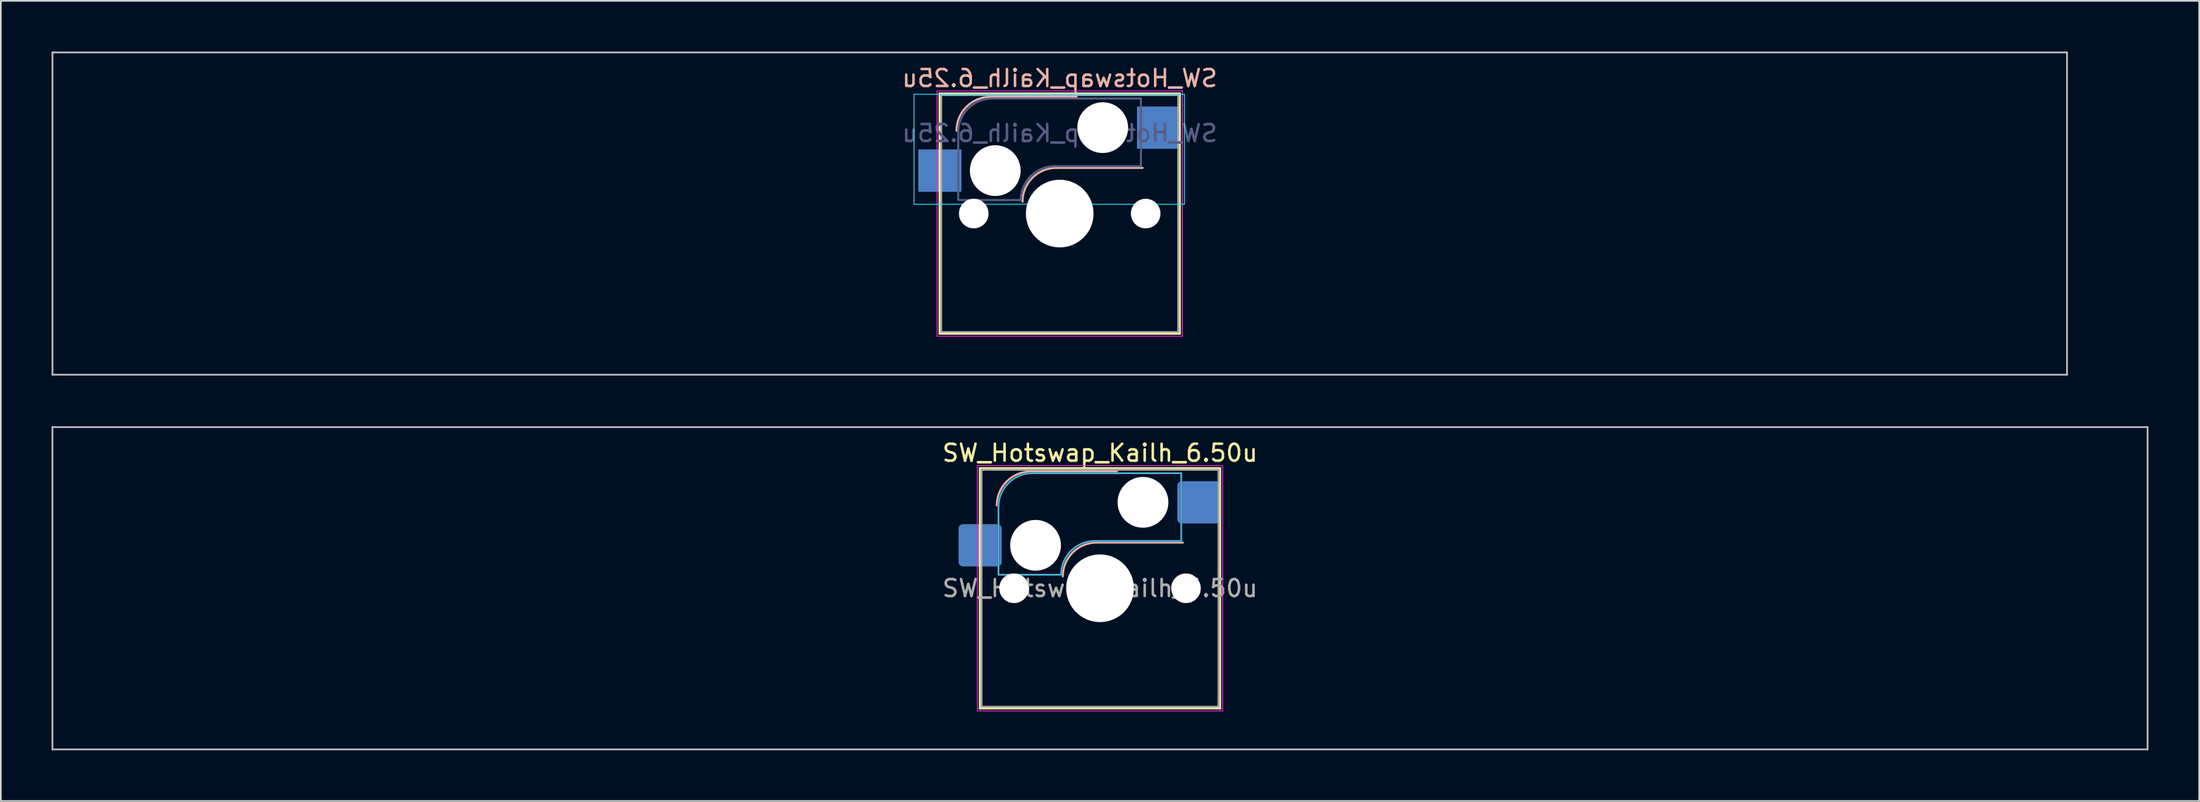
<source format=kicad_pcb>
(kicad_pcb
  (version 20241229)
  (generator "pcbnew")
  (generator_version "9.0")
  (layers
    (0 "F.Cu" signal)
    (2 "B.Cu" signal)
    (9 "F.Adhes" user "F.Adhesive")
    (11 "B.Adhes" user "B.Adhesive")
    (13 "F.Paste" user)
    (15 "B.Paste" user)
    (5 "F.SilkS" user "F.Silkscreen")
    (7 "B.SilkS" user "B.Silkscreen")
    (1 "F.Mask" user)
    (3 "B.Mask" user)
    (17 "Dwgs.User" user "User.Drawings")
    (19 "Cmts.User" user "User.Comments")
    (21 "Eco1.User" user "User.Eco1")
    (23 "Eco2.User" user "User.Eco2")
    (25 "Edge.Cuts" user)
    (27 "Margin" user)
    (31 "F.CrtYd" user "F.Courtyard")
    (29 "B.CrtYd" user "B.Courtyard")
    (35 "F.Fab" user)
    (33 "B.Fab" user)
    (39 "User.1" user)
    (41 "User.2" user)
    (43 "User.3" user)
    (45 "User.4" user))
  (footprint "SW_Hotswap_Kailh_6.50u"
    (layer "F.Cu")
    (at 61.962 31.725)
    (property "Reference" "SW_Hotswap_Kailh_6.50u" (at 0 -8 0) (layer "F.SilkS") (effects (font (size 1 1) (thickness 0.15))))
    (attr smd)
    (fp_line (start -7.1 -7.1) (end -7.1 7.1) (stroke (width 0.12) (type solid)) (layer "F.SilkS"))
    (fp_line (start -7.1 7.1) (end 7.1 7.1) (stroke (width 0.12) (type solid)) (layer "F.SilkS"))
    (fp_line (start 7.1 -7.1) (end -7.1 -7.1) (stroke (width 0.12) (type solid)) (layer "F.SilkS"))
    (fp_line (start 7.1 7.1) (end 7.1 -7.1) (stroke (width 0.12) (type solid)) (layer "F.SilkS"))
    (fp_line (start -4.1 -6.9) (end 1 -6.9) (stroke (width 0.12) (type solid)) (layer "B.SilkS"))
    (fp_line (start -0.2 -2.7) (end 4.9 -2.7) (stroke (width 0.12) (type solid)) (layer "B.SilkS"))
    (fp_arc (start -6.1 -4.9) (mid -5.514214 -6.314214) (end -4.1 -6.9) (stroke (width 0.12) (type solid)) (layer "B.SilkS"))
    (fp_arc (start -2.2 -0.7) (mid -1.614214 -2.114214) (end -0.2 -2.7) (stroke (width 0.12) (type solid)) (layer "B.SilkS"))
    (fp_line (start -61.913 -9.525) (end -61.913 9.525) (stroke (width 0.1) (type solid)) (layer "Dwgs.User"))
    (fp_line (start -61.913 9.525) (end 61.913 9.525) (stroke (width 0.1) (type solid)) (layer "Dwgs.User"))
    (fp_line (start 61.913 -9.525) (end -61.913 -9.525) (stroke (width 0.1) (type solid)) (layer "Dwgs.User"))
    (fp_line (start 61.913 9.525) (end 61.913 -9.525) (stroke (width 0.1) (type solid)) (layer "Dwgs.User"))
    (fp_line (start -7.8 -6) (end -7 -6) (stroke (width 0.1) (type solid)) (layer "Eco1.User"))
    (fp_line (start -7.8 -2.9) (end -7.8 -6) (stroke (width 0.1) (type solid)) (layer "Eco1.User"))
    (fp_line (start -7.8 2.9) (end -7 2.9) (stroke (width 0.1) (type solid)) (layer "Eco1.User"))
    (fp_line (start -7.8 6) (end -7.8 2.9) (stroke (width 0.1) (type solid)) (layer "Eco1.User"))
    (fp_line (start -7 -7) (end 7 -7) (stroke (width 0.1) (type solid)) (layer "Eco1.User"))
    (fp_line (start -7 -6) (end -7 -7) (stroke (width 0.1) (type solid)) (layer "Eco1.User"))
    (fp_line (start -7 -2.9) (end -7.8 -2.9) (stroke (width 0.1) (type solid)) (layer "Eco1.User"))
    (fp_line (start -7 2.9) (end -7 -2.9) (stroke (width 0.1) (type solid)) (layer "Eco1.User"))
    (fp_line (start -7 6) (end -7.8 6) (stroke (width 0.1) (type solid)) (layer "Eco1.User"))
    (fp_line (start -7 7) (end -7 6) (stroke (width 0.1) (type solid)) (layer "Eco1.User"))
    (fp_line (start 7 -7) (end 7 -6) (stroke (width 0.1) (type solid)) (layer "Eco1.User"))
    (fp_line (start 7 -6) (end 7.8 -6) (stroke (width 0.1) (type solid)) (layer "Eco1.User"))
    (fp_line (start 7 -2.9) (end 7 2.9) (stroke (width 0.1) (type solid)) (layer "Eco1.User"))
    (fp_line (start 7 2.9) (end 7.8 2.9) (stroke (width 0.1) (type solid)) (layer "Eco1.User"))
    (fp_line (start 7 6) (end 7 7) (stroke (width 0.1) (type solid)) (layer "Eco1.User"))
    (fp_line (start 7 7) (end -7 7) (stroke (width 0.1) (type solid)) (layer "Eco1.User"))
    (fp_line (start 7.8 -6) (end 7.8 -2.9) (stroke (width 0.1) (type solid)) (layer "Eco1.User"))
    (fp_line (start 7.8 -2.9) (end 7 -2.9) (stroke (width 0.1) (type solid)) (layer "Eco1.User"))
    (fp_line (start 7.8 2.9) (end 7.8 6) (stroke (width 0.1) (type solid)) (layer "Eco1.User"))
    (fp_line (start 7.8 6) (end 7 6) (stroke (width 0.1) (type solid)) (layer "Eco1.User"))
    (fp_line (start -6 -0.8) (end -6 -4.8) (stroke (width 0.05) (type solid)) (layer "B.CrtYd"))
    (fp_line (start -6 -0.8) (end -2.3 -0.8) (stroke (width 0.05) (type solid)) (layer "B.CrtYd"))
    (fp_line (start -4 -6.8) (end 4.8 -6.8) (stroke (width 0.05) (type solid)) (layer "B.CrtYd"))
    (fp_line (start -0.3 -2.8) (end 4.8 -2.8) (stroke (width 0.05) (type solid)) (layer "B.CrtYd"))
    (fp_line (start 4.8 -6.8) (end 4.8 -2.8) (stroke (width 0.05) (type solid)) (layer "B.CrtYd"))
    (fp_arc (start -6 -4.8) (mid -5.414214 -6.214214) (end -4 -6.8) (stroke (width 0.05) (type solid)) (layer "B.CrtYd"))
    (fp_arc (start -2.3 -0.8) (mid -1.714214 -2.214214) (end -0.3 -2.8) (stroke (width 0.05) (type solid)) (layer "B.CrtYd"))
    (fp_line (start -7.25 -7.25) (end -7.25 7.25) (stroke (width 0.05) (type solid)) (layer "F.CrtYd"))
    (fp_line (start -7.25 7.25) (end 7.25 7.25) (stroke (width 0.05) (type solid)) (layer "F.CrtYd"))
    (fp_line (start 7.25 -7.25) (end -7.25 -7.25) (stroke (width 0.05) (type solid)) (layer "F.CrtYd"))
    (fp_line (start 7.25 7.25) (end 7.25 -7.25) (stroke (width 0.05) (type solid)) (layer "F.CrtYd"))
    (fp_line (start -6 -0.8) (end -6 -4.8) (stroke (width 0.12) (type solid)) (layer "B.Fab"))
    (fp_line (start -6 -0.8) (end -2.3 -0.8) (stroke (width 0.12) (type solid)) (layer "B.Fab"))
    (fp_line (start -4 -6.8) (end 4.8 -6.8) (stroke (width 0.12) (type solid)) (layer "B.Fab"))
    (fp_line (start -0.3 -2.8) (end 4.8 -2.8) (stroke (width 0.12) (type solid)) (layer "B.Fab"))
    (fp_line (start 4.8 -6.8) (end 4.8 -2.8) (stroke (width 0.12) (type solid)) (layer "B.Fab"))
    (fp_arc (start -6 -4.8) (mid -5.414214 -6.214214) (end -4 -6.8) (stroke (width 0.12) (type solid)) (layer "B.Fab"))
    (fp_arc (start -2.3 -0.8) (mid -1.714214 -2.214214) (end -0.3 -2.8) (stroke (width 0.12) (type solid)) (layer "B.Fab"))
    (fp_line (start -7 -7) (end -7 7) (stroke (width 0.1) (type solid)) (layer "F.Fab"))
    (fp_line (start -7 7) (end 7 7) (stroke (width 0.1) (type solid)) (layer "F.Fab"))
    (fp_line (start 7 -7) (end -7 -7) (stroke (width 0.1) (type solid)) (layer "F.Fab"))
    (fp_line (start 7 7) (end 7 -7) (stroke (width 0.1) (type solid)) (layer "F.Fab"))
    (fp_text user "${REFERENCE}" (at 0 0 0) (layer "F.Fab") (effects (font (size 1 1) (thickness 0.15))))
    (pad "" np_thru_hole circle (at -5.08 0) (size 1.75 1.75) (drill 1.75) (layers "*.Cu" "*.Mask"))
    (pad "" np_thru_hole circle (at -3.81 -2.54) (size 3 3) (drill 3) (layers "*.Cu" "*.Mask"))
    (pad "" np_thru_hole circle (at 0 0) (size 4 4) (drill 4) (layers "*.Cu" "*.Mask"))
    (pad "" np_thru_hole circle (at 2.54 -5.08) (size 3 3) (drill 3) (layers "*.Cu" "*.Mask"))
    (pad "" np_thru_hole circle (at 5.08 0) (size 1.75 1.75) (drill 1.75) (layers "*.Cu" "*.Mask"))
    (pad "1" smd roundrect (at -7.085 -2.54) (size 2.55 2.5) (layers "B.Cu" "B.Mask" "B.Paste") (roundrect_rratio 0.1))
    (pad "2" smd roundrect (at 5.842 -5.08) (size 2.55 2.5) (layers "B.Cu" "B.Mask" "B.Paste") (roundrect_rratio 0.1)))
  (footprint "SW_Hotswap_Kailh_6.25u"
    (layer "F.Cu")
    (at 59.581 9.575)
    (property "Reference" "SW_Hotswap_Kailh_6.25u" (at 0 -8 0) (layer "B.SilkS") (effects (font (size 1 1) (thickness 0.15)) (justify mirror)))
    (attr smd)
    (fp_line (start -7.1 -7.1) (end -7.1 7.1) (stroke (width 0.12) (type solid)) (layer "F.SilkS"))
    (fp_line (start -7.1 7.1) (end 7.1 7.1) (stroke (width 0.12) (type solid)) (layer "F.SilkS"))
    (fp_line (start 7.1 -7.1) (end -7.1 -7.1) (stroke (width 0.12) (type solid)) (layer "F.SilkS"))
    (fp_line (start 7.1 7.1) (end 7.1 -7.1) (stroke (width 0.12) (type solid)) (layer "F.SilkS"))
    (fp_line (start -4.1 -6.9) (end 1 -6.9) (stroke (width 0.12) (type solid)) (layer "B.SilkS"))
    (fp_line (start -0.2 -2.7) (end 4.9 -2.7) (stroke (width 0.12) (type solid)) (layer "B.SilkS"))
    (fp_arc (start -6.1 -4.9) (mid -5.514214 -6.314214) (end -4.1 -6.9) (stroke (width 0.12) (type solid)) (layer "B.SilkS"))
    (fp_arc (start -2.2 -0.7) (mid -1.614214 -2.114214) (end -0.2 -2.7) (stroke (width 0.12) (type solid)) (layer "B.SilkS"))
    (fp_line (start -59.531 -9.525) (end -59.531 9.525) (stroke (width 0.1) (type solid)) (layer "Dwgs.User"))
    (fp_line (start -59.531 9.525) (end 59.531 9.525) (stroke (width 0.1) (type solid)) (layer "Dwgs.User"))
    (fp_line (start 59.531 -9.525) (end -59.531 -9.525) (stroke (width 0.1) (type solid)) (layer "Dwgs.User"))
    (fp_line (start 59.531 9.525) (end 59.531 -9.525) (stroke (width 0.1) (type solid)) (layer "Dwgs.User"))
    (fp_line (start -8.61 -7.05) (end -8.61 -0.55) (stroke (width 0.05) (type solid)) (layer "B.CrtYd"))
    (fp_line (start -8.61 -0.55) (end 7.37 -0.55) (stroke (width 0.05) (type solid)) (layer "B.CrtYd"))
    (fp_line (start 7.37 -7.05) (end -8.61 -7.05) (stroke (width 0.05) (type solid)) (layer "B.CrtYd"))
    (fp_line (start 7.37 -0.55) (end 7.37 -7.05) (stroke (width 0.05) (type solid)) (layer "B.CrtYd"))
    (fp_line (start -7.25 -7.25) (end -7.25 7.25) (stroke (width 0.05) (type solid)) (layer "F.CrtYd"))
    (fp_line (start -7.25 7.25) (end 7.25 7.25) (stroke (width 0.05) (type solid)) (layer "F.CrtYd"))
    (fp_line (start 7.25 -7.25) (end -7.25 -7.25) (stroke (width 0.05) (type solid)) (layer "F.CrtYd"))
    (fp_line (start 7.25 7.25) (end 7.25 -7.25) (stroke (width 0.05) (type solid)) (layer "F.CrtYd"))
    (fp_line (start -6 -0.8) (end -6 -4.8) (stroke (width 0.12) (type solid)) (layer "B.Fab"))
    (fp_line (start -6 -0.8) (end -2.3 -0.8) (stroke (width 0.12) (type solid)) (layer "B.Fab"))
    (fp_line (start -4 -6.8) (end 4.8 -6.8) (stroke (width 0.12) (type solid)) (layer "B.Fab"))
    (fp_line (start -0.3 -2.8) (end 4.8 -2.8) (stroke (width 0.12) (type solid)) (layer "B.Fab"))
    (fp_line (start 4.8 -6.8) (end 4.8 -2.8) (stroke (width 0.12) (type solid)) (layer "B.Fab"))
    (fp_arc (start -6 -4.8) (mid -5.414214 -6.214214) (end -4 -6.8) (stroke (width 0.12) (type solid)) (layer "B.Fab"))
    (fp_arc (start -2.3 -0.8) (mid -1.714214 -2.214214) (end -0.3 -2.8) (stroke (width 0.12) (type solid)) (layer "B.Fab"))
    (fp_line (start -7 -7) (end -7 7) (stroke (width 0.1) (type solid)) (layer "F.Fab"))
    (fp_line (start -7 7) (end 7 7) (stroke (width 0.1) (type solid)) (layer "F.Fab"))
    (fp_line (start 7 -7) (end -7 -7) (stroke (width 0.1) (type solid)) (layer "F.Fab"))
    (fp_line (start 7 7) (end 7 -7) (stroke (width 0.1) (type solid)) (layer "F.Fab"))
    (fp_text user "${REFERENCE}" (at 0 -4.75 0) (layer "B.Fab") (effects (font (size 1 1) (thickness 0.15)) (justify mirror)))
    (pad "" np_thru_hole circle (at -5.08 0) (size 1.75 1.75) (drill 1.75) (layers "*.Cu" "*.Mask"))
    (pad "" np_thru_hole circle (at -3.81 -2.54) (size 3 3) (drill 3) (layers "*.Cu" "*.Mask"))
    (pad "" np_thru_hole circle (at 0 0) (size 4 4) (drill 4) (layers "*.Cu" "*.Mask"))
    (pad "" np_thru_hole circle (at 2.54 -5.08) (size 3 3) (drill 3) (layers "*.Cu" "*.Mask"))
    (pad "" np_thru_hole circle (at 5.08 0) (size 1.75 1.75) (drill 1.75) (layers "*.Cu" "*.Mask"))
    (pad "1" smd rect (at -7.085 -2.54) (size 2.55 2.5) (layers "B.Cu" "B.Mask" "B.Paste"))
    (pad "2" smd rect (at 5.842 -5.08) (size 2.55 2.5) (layers "B.Cu" "B.Mask" "B.Paste")))
  (gr_rect
    (start -3 -3)
    (end 126.925 44.3)
    (stroke (width 0.1) (type default))
    (fill no)
    (layer "Edge.Cuts")))
</source>
